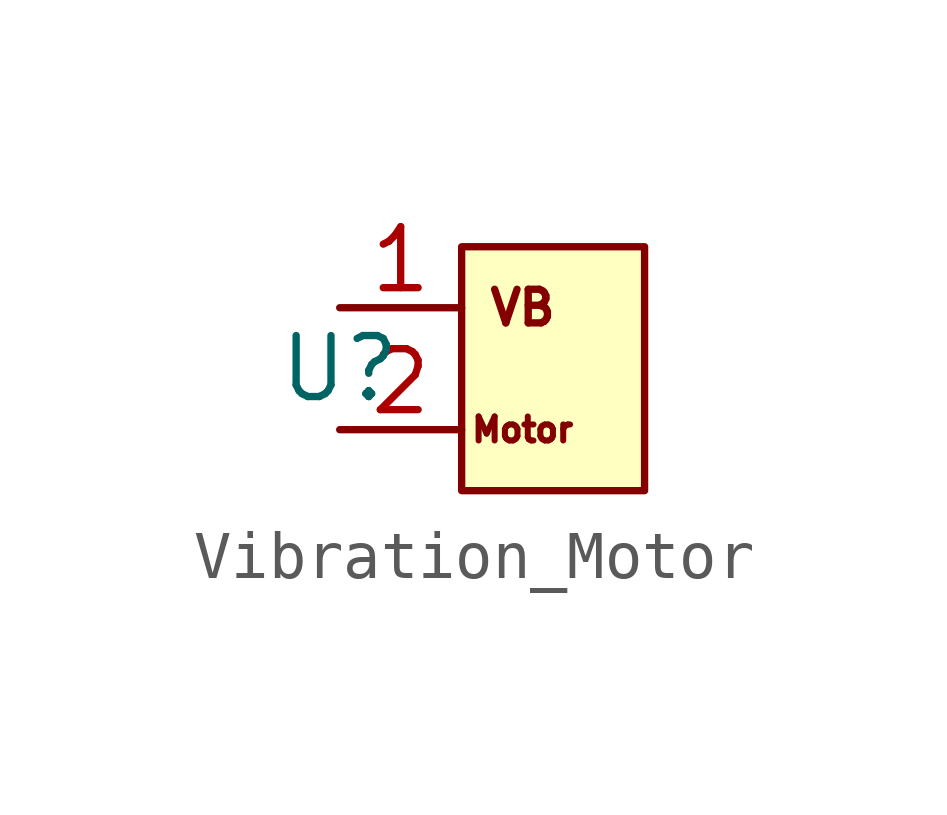
<source format=kicad_sym>
(kicad_symbol_lib
  (version 20220914)
  (generator kicad_symbol_editor)
  (symbol "Vibration_Motor"
    (property "Reference" "U"
      (at 0 0 0)
      (effects (font (size 1.27 1.27))))
    (property "Value" ""
      (at 0 0 0)
      (effects (font (size 1.27 1.27))))
    (symbol "Vibration_Motor_1_1"
      (rectangle (start 2.54 2.54) (end 6.35 -2.54) (stroke (width 0) (type default)) (fill (type background)))
      (text "Motor" (at 3.81 -1.27 0) (effects (font (size 0.5 0.5))))
      (text "VB" (at 3.81 1.27 0) (effects (font (size 0.7 0.7))))
      (pin power_in line (at 0 1.27 0) (length 2.54) (name "" (effects (font (size 1.27 1.27)))) (number "1" (effects (font (size 1.27 1.27)))))
      (pin power_out line (at 0 -1.27 0) (length 2.54) (name "" (effects (font (size 1.27 1.27)))) (number "2" (effects (font (size 1.27 1.27))))))))
</source>
